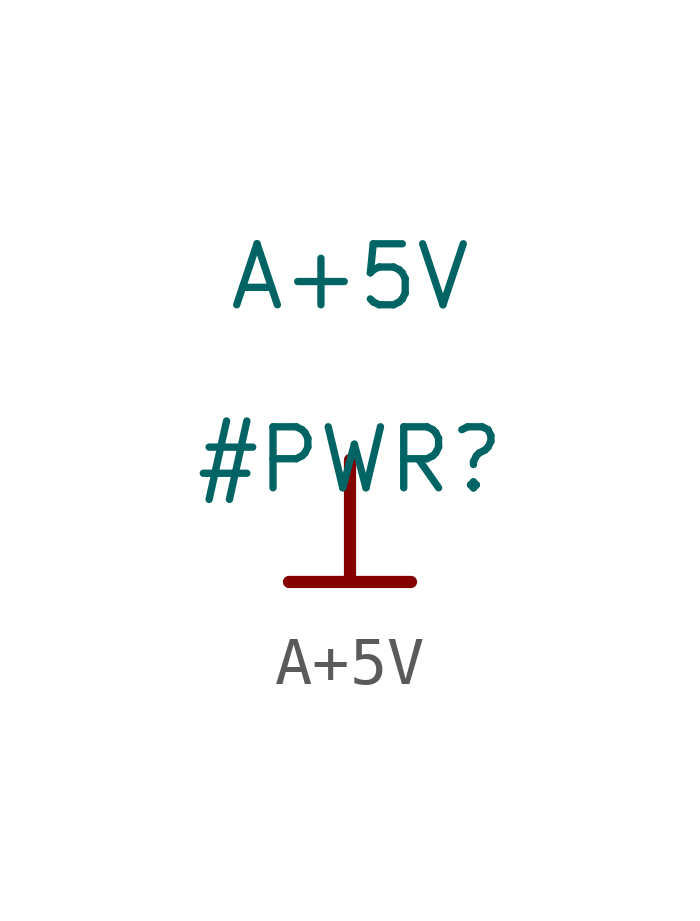
<source format=kicad_sym>
(kicad_symbol_lib
  (version 20220914)
  (generator kicad_symbol_editor)
  (symbol "A+5V"
    (power)
    (property "Reference" "#PWR"
      (at 0 0 0)
      (effects (font (size 1.27 1.27))))
    (property "Value" "A+5V"
      (at 0 3.81 0)
      (effects (font (size 1.27 1.27))))
    (symbol "A+5V_0_0"
      (polyline (pts (xy -1.27 -2.54) (xy 1.27 -2.54)) (stroke (width 0.254) (type solid)) (fill (type none)))
      (polyline (pts (xy 0 0) (xy 0 -2.54)) (stroke (width 0.254) (type solid)) (fill (type none)))
      (pin power_in line (at 0 0 0) (length 0) hide (name "A+5V" (effects (font (size 1.27 1.27)))) (number "" (effects (font (size 1.27 1.27))))))))
</source>
